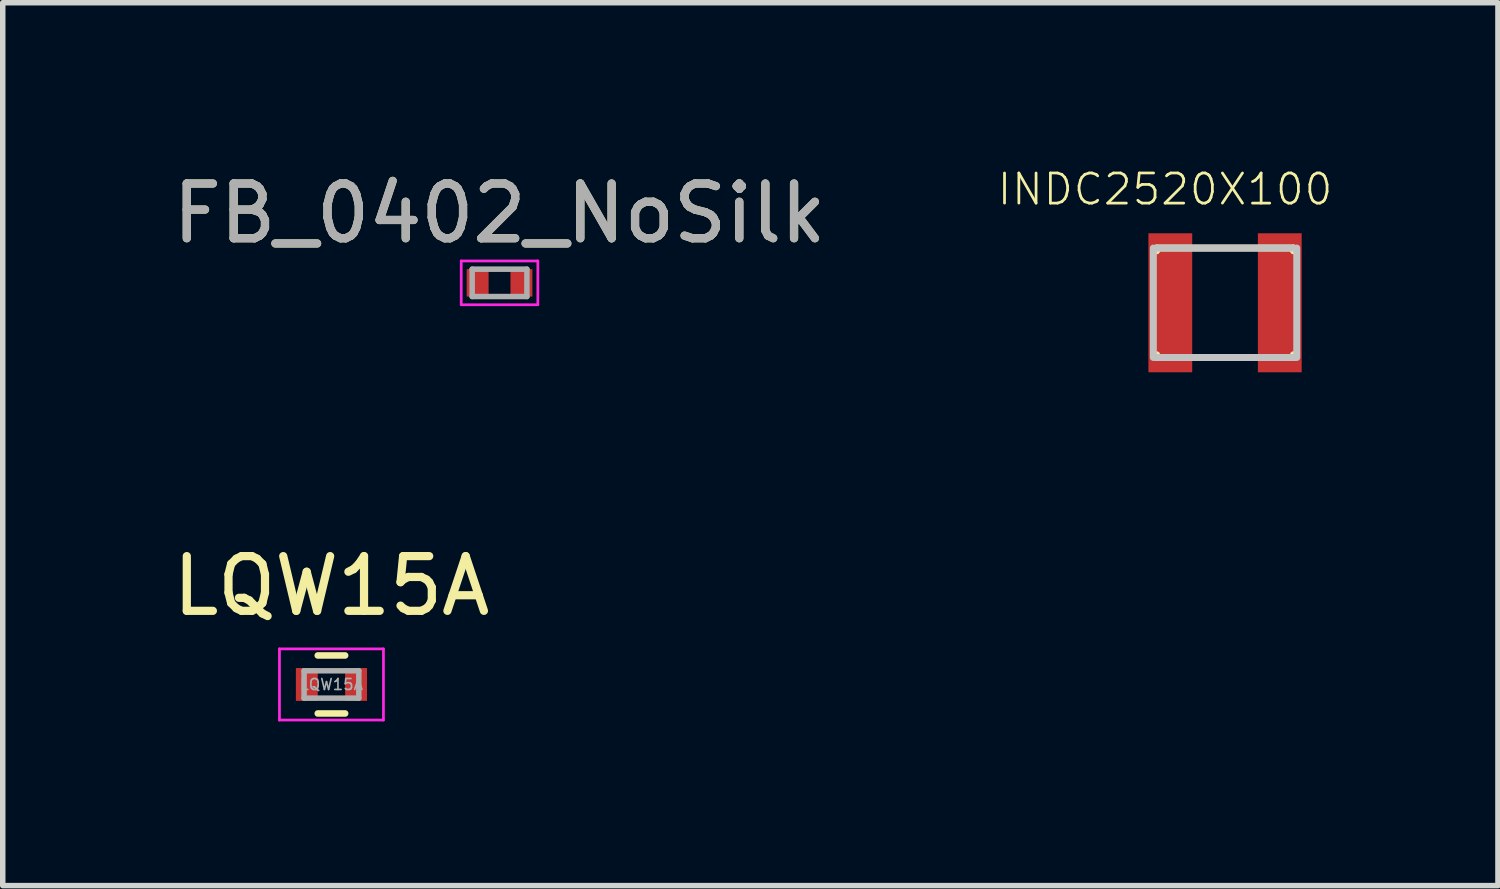
<source format=kicad_pcb>
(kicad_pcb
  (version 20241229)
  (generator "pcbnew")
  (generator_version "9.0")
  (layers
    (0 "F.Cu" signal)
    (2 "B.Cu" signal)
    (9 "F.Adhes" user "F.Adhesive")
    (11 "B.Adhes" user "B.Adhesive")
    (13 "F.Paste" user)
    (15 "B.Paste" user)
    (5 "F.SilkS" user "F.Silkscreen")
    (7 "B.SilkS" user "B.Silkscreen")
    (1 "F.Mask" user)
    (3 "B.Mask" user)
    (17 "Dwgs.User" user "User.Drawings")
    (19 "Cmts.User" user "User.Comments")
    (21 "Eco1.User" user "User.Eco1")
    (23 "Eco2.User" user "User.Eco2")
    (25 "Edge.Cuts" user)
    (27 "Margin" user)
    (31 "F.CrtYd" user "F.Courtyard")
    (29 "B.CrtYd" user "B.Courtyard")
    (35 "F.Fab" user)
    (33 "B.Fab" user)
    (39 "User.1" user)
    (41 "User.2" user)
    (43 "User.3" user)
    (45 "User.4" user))
  (footprint "LQW15A"
    (layer "F.Cu")
    (at 3.006 9.456)
    (property "Reference" "LQW15A" (at 0 -1.8 0) (layer "F.SilkS") (effects (font (size 1 1) (thickness 0.15))))
    (attr smd)
    (fp_line (start -0.25 0.53) (end 0.25 0.53) (stroke (width 0.12) (type solid)) (layer "F.SilkS"))
    (fp_line (start 0.25 -0.53) (end -0.25 -0.53) (stroke (width 0.12) (type solid)) (layer "F.SilkS"))
    (fp_line (start -0.95 -0.65) (end -0.95 0.65) (stroke (width 0.05) (type solid)) (layer "F.CrtYd"))
    (fp_line (start -0.95 -0.65) (end 0.95 -0.65) (stroke (width 0.05) (type solid)) (layer "F.CrtYd"))
    (fp_line (start -0.95 0.65) (end 0.95 0.65) (stroke (width 0.05) (type solid)) (layer "F.CrtYd"))
    (fp_line (start 0.95 -0.65) (end 0.95 0.65) (stroke (width 0.05) (type solid)) (layer "F.CrtYd"))
    (fp_line (start -0.5 -0.25) (end 0.5 -0.25) (stroke (width 0.1) (type solid)) (layer "F.Fab"))
    (fp_line (start -0.5 0.25) (end -0.5 -0.25) (stroke (width 0.1) (type solid)) (layer "F.Fab"))
    (fp_line (start 0.5 -0.25) (end 0.5 0.25) (stroke (width 0.1) (type solid)) (layer "F.Fab"))
    (fp_line (start 0.5 0.25) (end -0.5 0.25) (stroke (width 0.1) (type solid)) (layer "F.Fab"))
    (fp_text user "${REFERENCE}" (at 0 0 0) (layer "F.Fab") (effects (font (size 0.2 0.2) (thickness 0.03))))
    (pad "1" smd rect (at -0.45 0) (size 0.4 0.6) (layers "F.Cu" "F.Mask" "F.Paste"))
    (pad "2" smd rect (at 0.45 0) (size 0.4 0.6) (layers "F.Cu" "F.Mask" "F.Paste")))
  (footprint "FB_0402_NoSilk"
    (layer "F.Cu")
    (at 6.077 2.118)
    (property "Reference" "FB_0402_NoSilk" (at 0 -1.27 0) (layer "F.SilkS") (effects (font (size 1 1) (thickness 0.15))))
    (attr smd)
    (fp_line (start -0.7 -0.4) (end -0.7 0.4) (stroke (width 0.05) (type solid)) (layer "F.CrtYd"))
    (fp_line (start -0.7 -0.4) (end 0.7 -0.4) (stroke (width 0.05) (type solid)) (layer "F.CrtYd"))
    (fp_line (start 0.7 0.4) (end -0.7 0.4) (stroke (width 0.05) (type solid)) (layer "F.CrtYd"))
    (fp_line (start 0.7 0.4) (end 0.7 -0.4) (stroke (width 0.05) (type solid)) (layer "F.CrtYd"))
    (fp_line (start -0.5 -0.25) (end 0.5 -0.25) (stroke (width 0.1) (type solid)) (layer "F.Fab"))
    (fp_line (start -0.5 0.25) (end -0.5 -0.25) (stroke (width 0.1) (type solid)) (layer "F.Fab"))
    (fp_line (start 0.5 -0.25) (end 0.5 0.25) (stroke (width 0.1) (type solid)) (layer "F.Fab"))
    (fp_line (start 0.5 0.25) (end -0.5 0.25) (stroke (width 0.1) (type solid)) (layer "F.Fab"))
    (fp_text user "${REFERENCE}" (at 0 -1.27 0) (layer "F.Fab") (effects (font (size 1 1) (thickness 0.15))))
    (pad "1" smd rect (at -0.4 0) (size 0.4 0.5) (layers "F.Cu" "F.Mask" "F.Paste"))
    (pad "2" smd rect (at 0.4 0) (size 0.4 0.5) (layers "F.Cu" "F.Mask" "F.Paste")))
  (footprint "INDC2520X100"
    (layer "F.Cu")
    (at 19.333 2.482)
    (property "Reference" "INDC2520X100" (at -1.096 -2.073 0) (layer "F.SilkS") (effects (font (size 0.55 0.55) (thickness 0.05))))
    (attr smd)
    (fp_line (start -1.25 -1) (end -1.25 -0.95) (stroke (width 0.127) (type solid)) (layer "F.SilkS"))
    (fp_line (start -1.25 -1) (end 1.25 -1) (stroke (width 0.127) (type solid)) (layer "F.SilkS"))
    (fp_line (start -1.25 1) (end -1.25 0.95) (stroke (width 0.127) (type solid)) (layer "F.SilkS"))
    (fp_line (start -1.25 1) (end 1.25 1) (stroke (width 0.127) (type solid)) (layer "F.SilkS"))
    (fp_line (start 1.25 -1) (end 1.25 -0.95) (stroke (width 0.127) (type solid)) (layer "F.SilkS"))
    (fp_line (start 1.25 1) (end 1.25 0.95) (stroke (width 0.127) (type solid)) (layer "F.SilkS"))
    (fp_line (start -1.31 1) (end -1.31 -1) (stroke (width 0.127) (type solid)) (layer "Dwgs.User"))
    (fp_line (start -1.25 -1) (end 1.25 -1) (stroke (width 0.127) (type solid)) (layer "Dwgs.User"))
    (fp_line (start 1.25 1) (end -1.25 1) (stroke (width 0.127) (type solid)) (layer "Dwgs.User"))
    (fp_line (start 1.31 -1) (end 1.31 1) (stroke (width 0.127) (type solid)) (layer "Dwgs.User"))
    (fp_line (start -1.723 -1.3) (end 1.723 -1.3) (stroke (width 0.051) (type solid)) (layer "Eco1.User"))
    (fp_line (start -1.723 1.3) (end -1.723 -1.3) (stroke (width 0.051) (type solid)) (layer "Eco1.User"))
    (fp_line (start 1.723 -1.3) (end 1.723 1.3) (stroke (width 0.051) (type solid)) (layer "Eco1.User"))
    (fp_line (start 1.723 1.3) (end -1.723 1.3) (stroke (width 0.051) (type solid)) (layer "Eco1.User"))
    (pad "1" smd rect (at -1 0) (size 0.8 2.54) (layers "F.Cu" "F.Mask" "F.Paste"))
    (pad "2" smd rect (at 1 0) (size 0.8 2.54) (layers "F.Cu" "F.Mask" "F.Paste")))
  (gr_rect
    (start -3 -3)
    (end 24.319 13.131)
    (stroke (width 0.1) (type default))
    (fill no)
    (layer "Edge.Cuts")))
</source>
